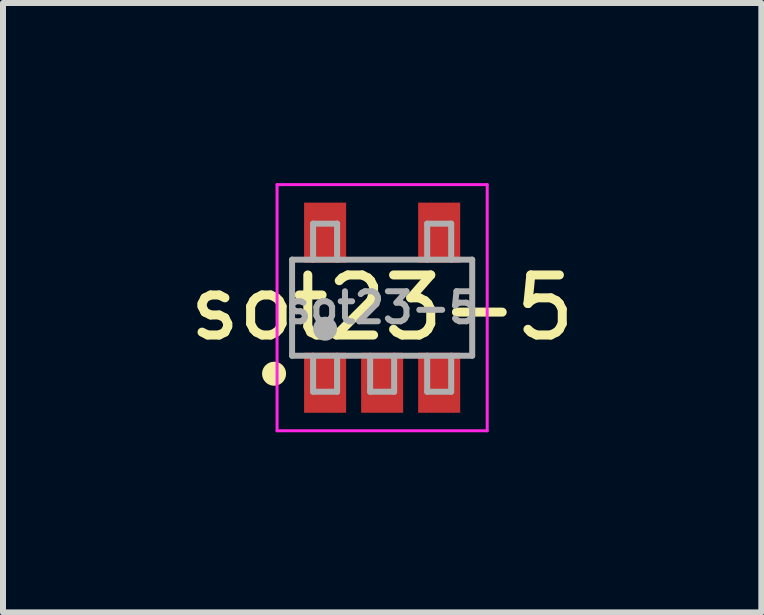
<source format=kicad_pcb>
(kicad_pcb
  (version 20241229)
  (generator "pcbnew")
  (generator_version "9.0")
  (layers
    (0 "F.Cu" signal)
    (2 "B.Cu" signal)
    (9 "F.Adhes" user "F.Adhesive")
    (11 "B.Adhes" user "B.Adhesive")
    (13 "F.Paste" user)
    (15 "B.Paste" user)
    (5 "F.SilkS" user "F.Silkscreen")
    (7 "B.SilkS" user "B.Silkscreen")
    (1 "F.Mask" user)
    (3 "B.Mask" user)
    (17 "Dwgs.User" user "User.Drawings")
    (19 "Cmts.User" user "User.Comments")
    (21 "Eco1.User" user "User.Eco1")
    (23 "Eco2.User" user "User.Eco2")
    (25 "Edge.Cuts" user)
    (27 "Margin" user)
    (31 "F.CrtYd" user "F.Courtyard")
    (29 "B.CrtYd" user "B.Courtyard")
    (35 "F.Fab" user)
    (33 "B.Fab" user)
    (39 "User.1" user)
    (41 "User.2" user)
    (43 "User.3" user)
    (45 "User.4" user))
  (footprint "sot23-5"
    (layer "F.Cu")
    (at 3.315 2.075)
    (property "Reference" "sot23-5" (at 0 0 0) (layer "F.SilkS") (effects (font (size 1 1) (thickness 0.15))))
    (attr smd)
    (fp_circle (center -1.8 1.1) (end -1.7 1.1) (stroke (width 0.2) (type solid)) (fill no) (layer "F.SilkS"))
    (fp_line (start -1.75 -2.05) (end 1.75 -2.05) (stroke (width 0.05) (type solid)) (layer "F.CrtYd"))
    (fp_line (start -1.75 2.05) (end -1.75 -2.05) (stroke (width 0.05) (type solid)) (layer "F.CrtYd"))
    (fp_line (start 1.75 -2.05) (end 1.75 2.05) (stroke (width 0.05) (type solid)) (layer "F.CrtYd"))
    (fp_line (start 1.75 2.05) (end -1.75 2.05) (stroke (width 0.05) (type solid)) (layer "F.CrtYd"))
    (fp_line (start -1.5 -0.8) (end -1.5 0.8) (stroke (width 0.1) (type solid)) (layer "F.Fab"))
    (fp_line (start -1.5 0.8) (end 1.5 0.8) (stroke (width 0.1) (type solid)) (layer "F.Fab"))
    (fp_line (start -1.15 -1.4) (end -0.75 -1.4) (stroke (width 0.1) (type solid)) (layer "F.Fab"))
    (fp_line (start -1.15 -0.8) (end -1.15 -1.4) (stroke (width 0.1) (type solid)) (layer "F.Fab"))
    (fp_line (start -1.15 0.8) (end -1.15 1.4) (stroke (width 0.1) (type solid)) (layer "F.Fab"))
    (fp_line (start -1.15 1.4) (end -0.75 1.4) (stroke (width 0.1) (type solid)) (layer "F.Fab"))
    (fp_line (start -0.75 -1.4) (end -0.75 -0.8) (stroke (width 0.1) (type solid)) (layer "F.Fab"))
    (fp_line (start -0.75 1.4) (end -0.75 0.8) (stroke (width 0.1) (type solid)) (layer "F.Fab"))
    (fp_line (start -0.2 0.8) (end -0.2 1.4) (stroke (width 0.1) (type solid)) (layer "F.Fab"))
    (fp_line (start -0.2 1.4) (end 0.2 1.4) (stroke (width 0.1) (type solid)) (layer "F.Fab"))
    (fp_line (start 0.2 1.4) (end 0.2 0.8) (stroke (width 0.1) (type solid)) (layer "F.Fab"))
    (fp_line (start 0.75 -1.4) (end 1.15 -1.4) (stroke (width 0.1) (type solid)) (layer "F.Fab"))
    (fp_line (start 0.75 -0.8) (end 0.75 -1.4) (stroke (width 0.1) (type solid)) (layer "F.Fab"))
    (fp_line (start 0.75 0.8) (end 0.75 1.4) (stroke (width 0.1) (type solid)) (layer "F.Fab"))
    (fp_line (start 0.75 1.4) (end 1.15 1.4) (stroke (width 0.1) (type solid)) (layer "F.Fab"))
    (fp_line (start 1.15 -1.4) (end 1.15 -0.8) (stroke (width 0.1) (type solid)) (layer "F.Fab"))
    (fp_line (start 1.15 1.4) (end 1.15 0.8) (stroke (width 0.1) (type solid)) (layer "F.Fab"))
    (fp_line (start 1.5 -0.8) (end -1.5 -0.8) (stroke (width 0.1) (type solid)) (layer "F.Fab"))
    (fp_line (start 1.5 0.8) (end 1.5 -0.8) (stroke (width 0.1) (type solid)) (layer "F.Fab"))
    (fp_circle (center -0.95 0.35) (end -0.85 0.35) (stroke (width 0.2) (type solid)) (fill no) (layer "F.Fab"))
    (fp_text user "${REFERENCE}" (at 0 0 0) (layer "F.Fab") (effects (font (size 0.5 0.5) (thickness 0.1))))
    (pad "1" smd rect (at -0.95 1.25) (size 0.7 1) (layers "F.Cu" "F.Mask" "F.Paste"))
    (pad "2" smd rect (at 0 1.25) (size 0.7 1) (layers "F.Cu" "F.Mask" "F.Paste"))
    (pad "3" smd rect (at 0.95 1.25) (size 0.7 1) (layers "F.Cu" "F.Mask" "F.Paste"))
    (pad "4" smd rect (at 0.95 -1.25) (size 0.7 1) (layers "F.Cu" "F.Mask" "F.Paste"))
    (pad "5" smd rect (at -0.95 -1.25) (size 0.7 1) (layers "F.Cu" "F.Mask" "F.Paste")))
  (gr_rect
    (start -3 -3)
    (end 9.631 7.15)
    (stroke (width 0.1) (type default))
    (fill no)
    (layer "Edge.Cuts")))
</source>
